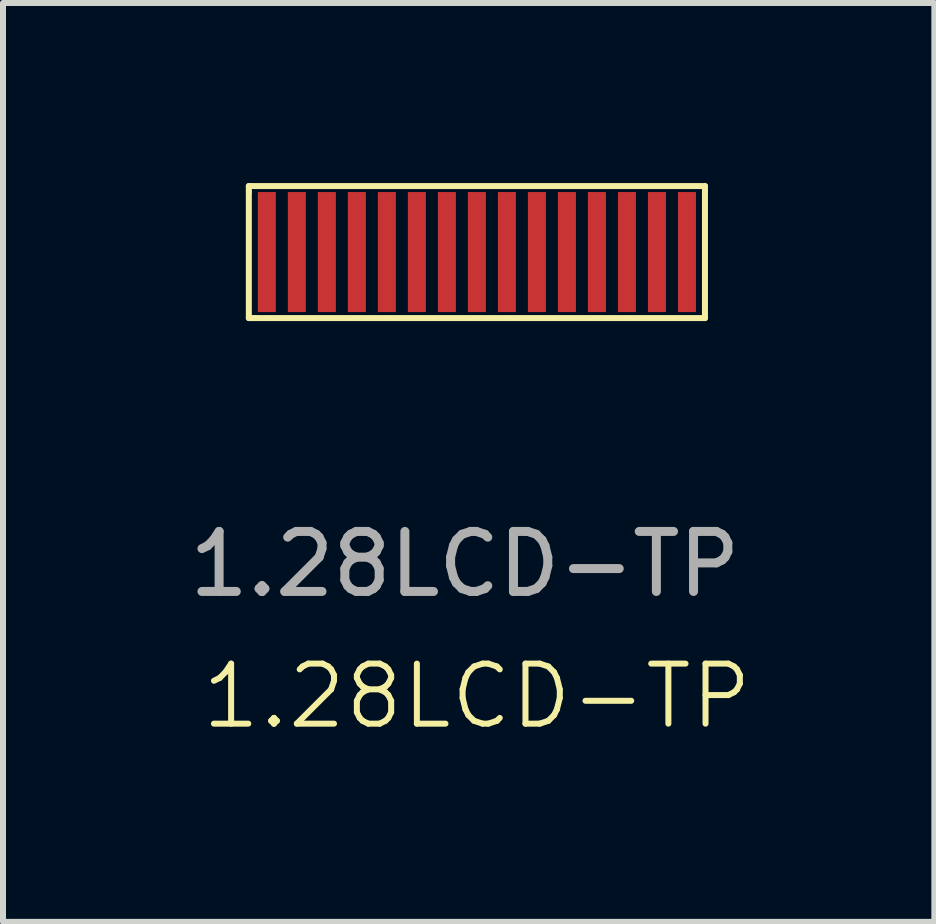
<source format=kicad_pcb>
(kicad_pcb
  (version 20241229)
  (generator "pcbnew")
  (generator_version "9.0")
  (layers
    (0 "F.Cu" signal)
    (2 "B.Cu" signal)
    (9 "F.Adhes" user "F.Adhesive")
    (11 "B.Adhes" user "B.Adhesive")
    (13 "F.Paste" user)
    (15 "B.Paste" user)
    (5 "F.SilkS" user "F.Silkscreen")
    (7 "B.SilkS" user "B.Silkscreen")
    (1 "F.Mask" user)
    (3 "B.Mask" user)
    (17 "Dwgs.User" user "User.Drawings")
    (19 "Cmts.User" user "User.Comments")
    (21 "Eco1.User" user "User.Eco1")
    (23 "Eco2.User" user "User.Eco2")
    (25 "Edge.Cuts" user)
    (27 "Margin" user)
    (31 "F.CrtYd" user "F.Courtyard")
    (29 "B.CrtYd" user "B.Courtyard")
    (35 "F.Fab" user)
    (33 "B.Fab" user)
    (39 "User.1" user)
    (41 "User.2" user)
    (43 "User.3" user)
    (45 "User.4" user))
  (footprint "1.28LCD-TP"
    (layer "F.Cu")
    (at 4.896 1.15)
    (property "Reference" "1.28LCD-TP" (at 0 7.4 0) (unlocked yes) (layer "F.SilkS") (effects (font (size 1 1) (thickness 0.1))))
    (attr smd)
    (fp_line (start -3.8 -1.1) (end 3.8 -1.1) (stroke (width 0.1) (type default)) (layer "F.SilkS"))
    (fp_line (start -3.8 -1) (end -3.8 -1.1) (stroke (width 0.1) (type default)) (layer "F.SilkS"))
    (fp_line (start -3.8 1.1) (end -3.8 -1) (stroke (width 0.1) (type default)) (layer "F.SilkS"))
    (fp_line (start -3.7 1.1) (end -3.8 1.1) (stroke (width 0.1) (type default)) (layer "F.SilkS"))
    (fp_line (start 3.8 -1.1) (end 3.8 -1) (stroke (width 0.1) (type default)) (layer "F.SilkS"))
    (fp_line (start 3.8 -1) (end 3.8 1.1) (stroke (width 0.1) (type default)) (layer "F.SilkS"))
    (fp_line (start 3.8 1.1) (end -3.7 1.1) (stroke (width 0.1) (type default)) (layer "F.SilkS"))
    (fp_text user "${REFERENCE}" (at -0.2 5.2 0) (unlocked yes) (layer "F.Fab") (effects (font (size 1 1) (thickness 0.15))))
    (pad "1" smd rect (at 3.5 0 180) (size 0.3 2) (layers "F.Cu" "F.Mask" "F.Paste"))
    (pad "2" smd rect (at 3 0 180) (size 0.3 2) (layers "F.Cu" "F.Mask" "F.Paste"))
    (pad "3" smd rect (at 2.5 0 180) (size 0.3 2) (layers "F.Cu" "F.Mask" "F.Paste"))
    (pad "4" smd rect (at 2 0 180) (size 0.3 2) (layers "F.Cu" "F.Mask" "F.Paste"))
    (pad "5" smd rect (at 1.5 0 180) (size 0.3 2) (layers "F.Cu" "F.Mask" "F.Paste"))
    (pad "6" smd rect (at 1 0 180) (size 0.3 2) (layers "F.Cu" "F.Mask" "F.Paste"))
    (pad "7" smd rect (at 0.5 0 180) (size 0.3 2) (layers "F.Cu" "F.Mask" "F.Paste"))
    (pad "8" smd rect (at 0 0 180) (size 0.3 2) (layers "F.Cu" "F.Mask" "F.Paste"))
    (pad "9" smd rect (at -0.5 0 180) (size 0.3 2) (layers "F.Cu" "F.Mask" "F.Paste"))
    (pad "10" smd rect (at -1 0 180) (size 0.3 2) (layers "F.Cu" "F.Mask" "F.Paste"))
    (pad "11" smd rect (at -1.5 0 180) (size 0.3 2) (layers "F.Cu" "F.Mask" "F.Paste"))
    (pad "12" smd rect (at -2 0 180) (size 0.3 2) (layers "F.Cu" "F.Mask" "F.Paste"))
    (pad "13" smd rect (at -2.5 0 180) (size 0.3 2) (layers "F.Cu" "F.Mask" "F.Paste"))
    (pad "14" smd rect (at -3 0 180) (size 0.3 2) (layers "F.Cu" "F.Mask" "F.Paste"))
    (pad "15" smd rect (at -3.5 0 180) (size 0.3 2) (layers "F.Cu" "F.Mask" "F.Paste")))
  (gr_rect
    (start -3 -3)
    (end 12.518 12.31)
    (stroke (width 0.1) (type default))
    (fill no)
    (layer "Edge.Cuts")))
</source>
